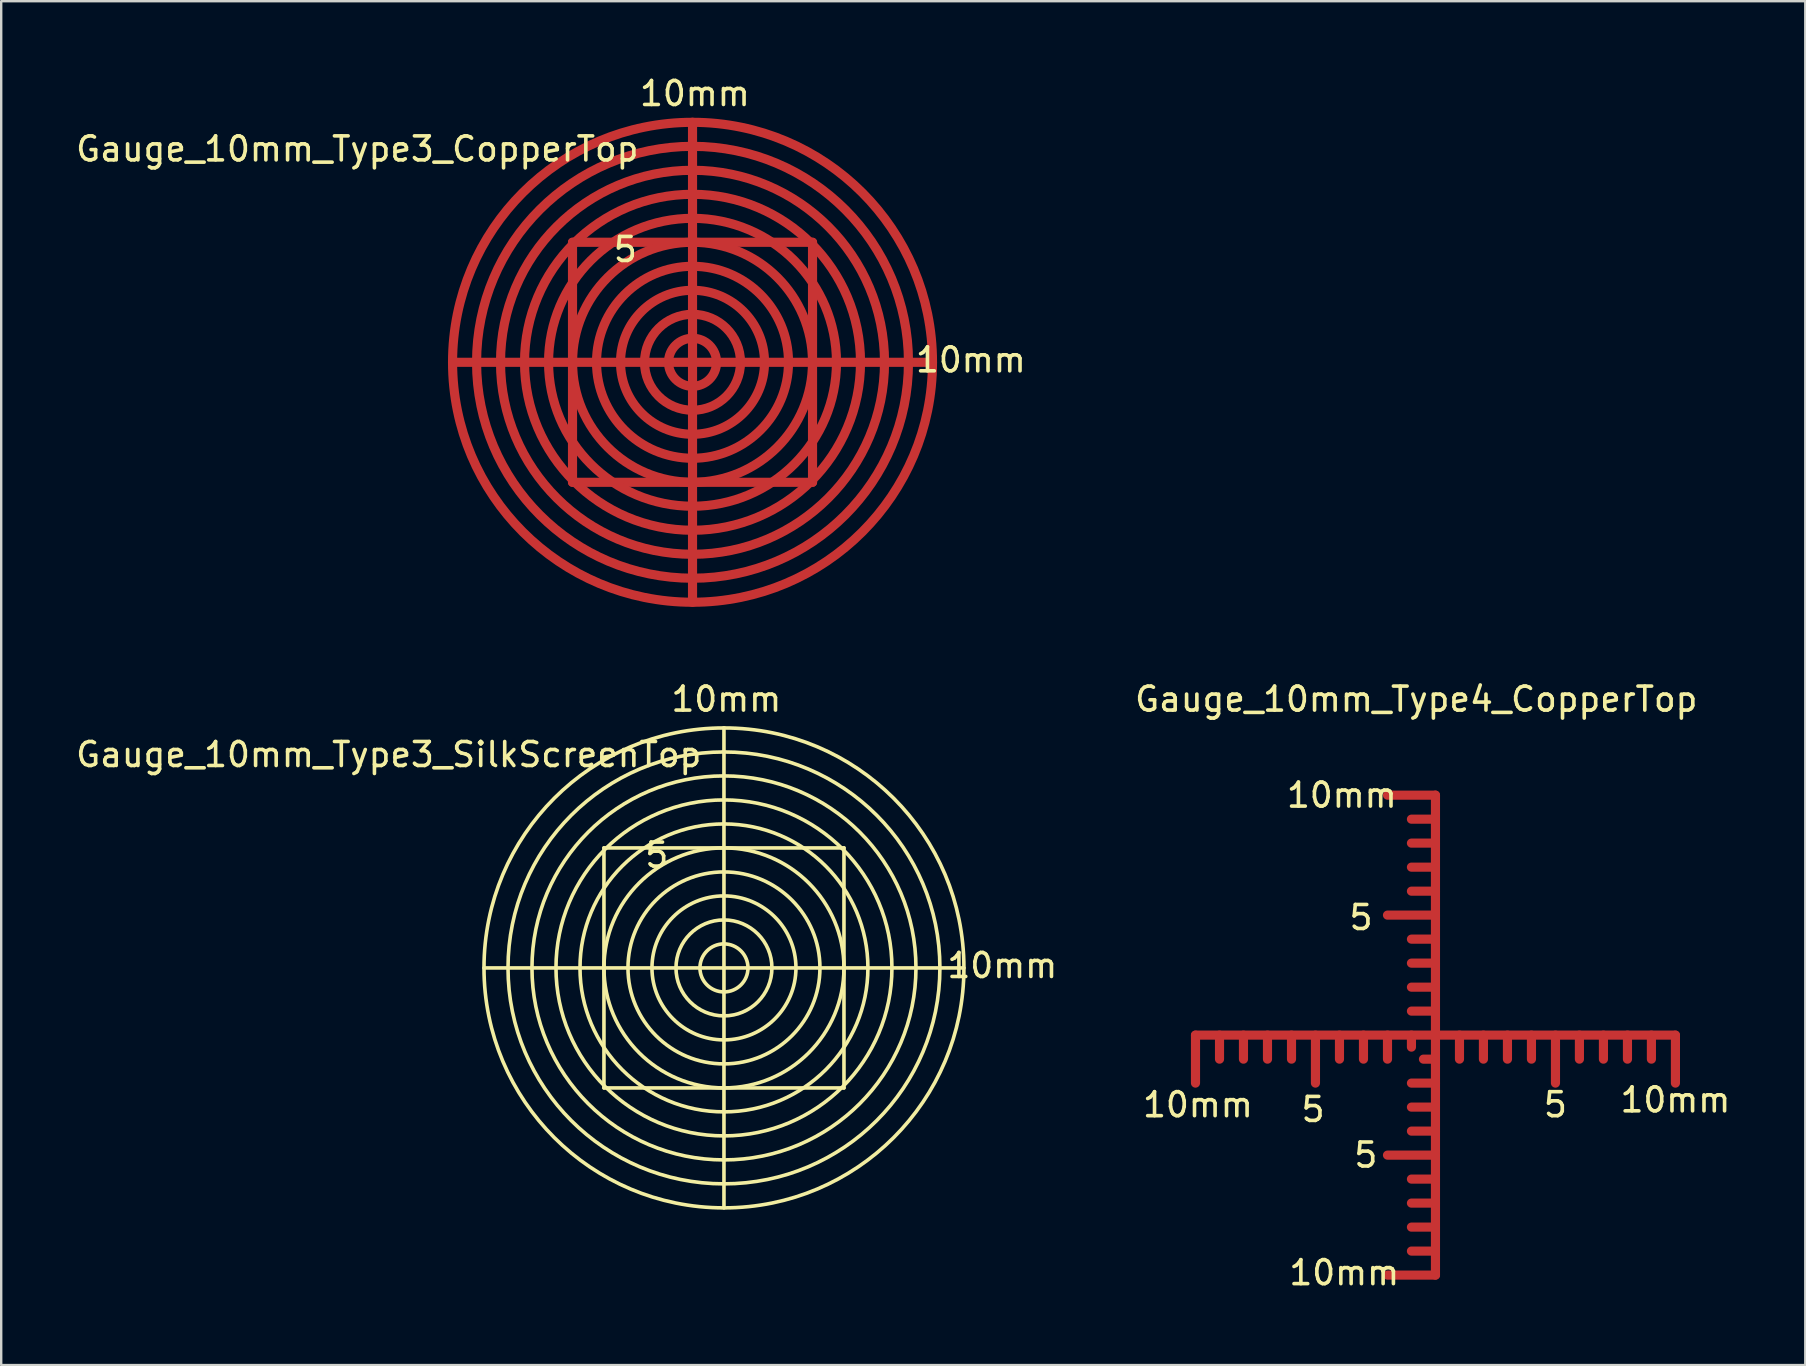
<source format=kicad_pcb>
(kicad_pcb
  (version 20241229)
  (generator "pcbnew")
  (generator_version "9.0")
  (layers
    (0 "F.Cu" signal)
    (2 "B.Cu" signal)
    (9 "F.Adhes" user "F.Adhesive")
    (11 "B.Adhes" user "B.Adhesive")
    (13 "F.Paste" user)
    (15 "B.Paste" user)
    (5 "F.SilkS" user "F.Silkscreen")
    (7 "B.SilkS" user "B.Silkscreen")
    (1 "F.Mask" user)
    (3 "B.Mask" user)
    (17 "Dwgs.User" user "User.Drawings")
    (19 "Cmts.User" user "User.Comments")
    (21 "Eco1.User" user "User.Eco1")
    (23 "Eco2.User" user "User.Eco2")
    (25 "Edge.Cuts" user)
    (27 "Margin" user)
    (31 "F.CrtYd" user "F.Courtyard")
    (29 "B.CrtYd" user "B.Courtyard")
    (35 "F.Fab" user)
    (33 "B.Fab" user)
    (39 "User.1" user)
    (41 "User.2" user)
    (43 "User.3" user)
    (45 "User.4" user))
  (footprint "Gauge_10mm_Type4_CopperTop"
    (layer "F.Cu")
    (at 56.769 40.086)
    (property "Reference" "Gauge_10mm_Type4_CopperTop" (at -0.8 -14 0) (layer "F.SilkS") (effects (font (size 1 1) (thickness 0.15))))
    (attr through_hole)
    (fp_line (start -10 0) (end -10 1.999) (stroke (width 0.381) (type solid)) (layer "F.Cu"))
    (fp_line (start -8.999 0) (end -8.999 1.001) (stroke (width 0.381) (type solid)) (layer "F.Cu"))
    (fp_line (start -8.001 0) (end -8.001 1.001) (stroke (width 0.381) (type solid)) (layer "F.Cu"))
    (fp_line (start -7 0) (end -7 1.001) (stroke (width 0.381) (type solid)) (layer "F.Cu"))
    (fp_line (start -5.999 0) (end -5.999 1.001) (stroke (width 0.381) (type solid)) (layer "F.Cu"))
    (fp_line (start -5.001 0) (end -5.001 1.999) (stroke (width 0.381) (type solid)) (layer "F.Cu"))
    (fp_line (start -4 0) (end -4 1.001) (stroke (width 0.381) (type solid)) (layer "F.Cu"))
    (fp_line (start -3 0) (end -3 1.001) (stroke (width 0.381) (type solid)) (layer "F.Cu"))
    (fp_line (start -1.999 0) (end -1.999 1.001) (stroke (width 0.381) (type solid)) (layer "F.Cu"))
    (fp_line (start -1.001 0) (end -1.001 0.5) (stroke (width 0.381) (type solid)) (layer "F.Cu"))
    (fp_line (start 0 -10) (end -1.999 -10) (stroke (width 0.381) (type solid)) (layer "F.Cu"))
    (fp_line (start 0 -8.999) (end -1.001 -8.999) (stroke (width 0.381) (type solid)) (layer "F.Cu"))
    (fp_line (start 0 -8.001) (end -1.001 -8.001) (stroke (width 0.381) (type solid)) (layer "F.Cu"))
    (fp_line (start 0 -7) (end -1.001 -7) (stroke (width 0.381) (type solid)) (layer "F.Cu"))
    (fp_line (start 0 -5.999) (end -1.001 -5.999) (stroke (width 0.381) (type solid)) (layer "F.Cu"))
    (fp_line (start 0 -5.001) (end -1.999 -5.001) (stroke (width 0.381) (type solid)) (layer "F.Cu"))
    (fp_line (start 0 -4) (end -1.001 -4) (stroke (width 0.381) (type solid)) (layer "F.Cu"))
    (fp_line (start 0 -3) (end -1.001 -3) (stroke (width 0.381) (type solid)) (layer "F.Cu"))
    (fp_line (start 0 -1.999) (end -1.001 -1.999) (stroke (width 0.381) (type solid)) (layer "F.Cu"))
    (fp_line (start 0 -1.001) (end -1.001 -1.001) (stroke (width 0.381) (type solid)) (layer "F.Cu"))
    (fp_line (start 0 0) (end -10 0) (stroke (width 0.381) (type solid)) (layer "F.Cu"))
    (fp_line (start 0 0) (end 0 -10) (stroke (width 0.381) (type solid)) (layer "F.Cu"))
    (fp_line (start 0 0) (end 0 1.999) (stroke (width 0.381) (type solid)) (layer "F.Cu"))
    (fp_line (start 0 0) (end 10 0) (stroke (width 0.381) (type solid)) (layer "F.Cu"))
    (fp_line (start 0 1.001) (end -0.5 1.001) (stroke (width 0.381) (type solid)) (layer "F.Cu"))
    (fp_line (start 0 1.999) (end -1.001 1.999) (stroke (width 0.381) (type solid)) (layer "F.Cu"))
    (fp_line (start 0 1.999) (end 0 10) (stroke (width 0.381) (type solid)) (layer "F.Cu"))
    (fp_line (start 0 3) (end -1.001 3) (stroke (width 0.381) (type solid)) (layer "F.Cu"))
    (fp_line (start 0 4) (end -1.001 4) (stroke (width 0.381) (type solid)) (layer "F.Cu"))
    (fp_line (start 0 5.001) (end -1.999 5.001) (stroke (width 0.381) (type solid)) (layer "F.Cu"))
    (fp_line (start 0 5.999) (end -1.001 5.999) (stroke (width 0.381) (type solid)) (layer "F.Cu"))
    (fp_line (start 0 7) (end -1.001 7) (stroke (width 0.381) (type solid)) (layer "F.Cu"))
    (fp_line (start 0 8.001) (end -1.001 8.001) (stroke (width 0.381) (type solid)) (layer "F.Cu"))
    (fp_line (start 0 8.999) (end -1.001 8.999) (stroke (width 0.381) (type solid)) (layer "F.Cu"))
    (fp_line (start 0 10) (end -1.999 10) (stroke (width 0.381) (type solid)) (layer "F.Cu"))
    (fp_line (start 1.001 0) (end 1.001 1.001) (stroke (width 0.381) (type solid)) (layer "F.Cu"))
    (fp_line (start 1.999 0) (end 1.999 1.001) (stroke (width 0.381) (type solid)) (layer "F.Cu"))
    (fp_line (start 3 0) (end 3 1.001) (stroke (width 0.381) (type solid)) (layer "F.Cu"))
    (fp_line (start 4 0) (end 4 1.001) (stroke (width 0.381) (type solid)) (layer "F.Cu"))
    (fp_line (start 5.001 0) (end 5.001 1.999) (stroke (width 0.381) (type solid)) (layer "F.Cu"))
    (fp_line (start 5.999 0) (end 5.999 1.001) (stroke (width 0.381) (type solid)) (layer "F.Cu"))
    (fp_line (start 7 0) (end 7 1.001) (stroke (width 0.381) (type solid)) (layer "F.Cu"))
    (fp_line (start 8.001 0) (end 8.001 1.001) (stroke (width 0.381) (type solid)) (layer "F.Cu"))
    (fp_line (start 8.999 0) (end 8.999 1.001) (stroke (width 0.381) (type solid)) (layer "F.Cu"))
    (fp_line (start 10 0) (end 10 1.999) (stroke (width 0.381) (type solid)) (layer "F.Cu"))
    (fp_text user "5" (at 4.999 2.901 0) (layer "F.SilkS") (effects (font (size 1 1) (thickness 0.15))))
    (fp_text user "10mm" (at -3.8 9.901 0) (layer "F.SilkS") (effects (font (size 1 1) (thickness 0.15))))
    (fp_text user "5" (at -2.901 4.999 0) (layer "F.SilkS") (effects (font (size 1 1) (thickness 0.15))))
    (fp_text user "5" (at -5.1 3.099 0) (layer "F.SilkS") (effects (font (size 1 1) (thickness 0.15))))
    (fp_text user "10mm" (at -9.898 2.901 0) (layer "F.SilkS") (effects (font (size 1 1) (thickness 0.15))))
    (fp_text user "10mm" (at -3.901 -10 0) (layer "F.SilkS") (effects (font (size 1 1) (thickness 0.15))))
    (fp_text user "10mm" (at 10 2.7 0) (layer "F.SilkS") (effects (font (size 1 1) (thickness 0.15))))
    (fp_text user "5" (at -3.101 -4.9 0) (layer "F.SilkS") (effects (font (size 1 1) (thickness 0.15)))))
  (footprint "Gauge_10mm_Type3_SilkScreenTop"
    (layer "F.Cu")
    (at 27.119 37.285)
    (property "Reference" "Gauge_10mm_Type3_SilkScreenTop" (at -13.97 -8.89 0) (layer "F.SilkS") (effects (font (size 1 1) (thickness 0.15))))
    (attr through_hole)
    (fp_line (start -5.001 -5.001) (end -5.001 0) (stroke (width 0.15) (type solid)) (layer "F.SilkS"))
    (fp_line (start -5.001 5.001) (end -5.001 0) (stroke (width 0.15) (type solid)) (layer "F.SilkS"))
    (fp_line (start -1.999 0) (end -10 0) (stroke (width 0.15) (type solid)) (layer "F.SilkS"))
    (fp_line (start 0 -5.001) (end -5.001 -5.001) (stroke (width 0.15) (type solid)) (layer "F.SilkS"))
    (fp_line (start 0 -5.001) (end 5.001 -5.001) (stroke (width 0.15) (type solid)) (layer "F.SilkS"))
    (fp_line (start 0 0) (end -1.999 0) (stroke (width 0.15) (type solid)) (layer "F.SilkS"))
    (fp_line (start 0 0) (end 0 -10) (stroke (width 0.15) (type solid)) (layer "F.SilkS"))
    (fp_line (start 0 0) (end 0 1.999) (stroke (width 0.15) (type solid)) (layer "F.SilkS"))
    (fp_line (start 0 0) (end 10 0) (stroke (width 0.15) (type solid)) (layer "F.SilkS"))
    (fp_line (start 0 1.999) (end 0 10) (stroke (width 0.15) (type solid)) (layer "F.SilkS"))
    (fp_line (start 0 5.001) (end -5.001 5.001) (stroke (width 0.15) (type solid)) (layer "F.SilkS"))
    (fp_line (start 5.001 -5.001) (end 5.001 0) (stroke (width 0.15) (type solid)) (layer "F.SilkS"))
    (fp_line (start 5.001 0) (end 5.001 5.001) (stroke (width 0.15) (type solid)) (layer "F.SilkS"))
    (fp_line (start 5.001 5.001) (end 0 5.001) (stroke (width 0.15) (type solid)) (layer "F.SilkS"))
    (fp_circle (center 0 0) (end 0 -8.999) (stroke (width 0.15) (type solid)) (fill no) (layer "F.SilkS"))
    (fp_circle (center 0 0) (end 0 -8.001) (stroke (width 0.15) (type solid)) (fill no) (layer "F.SilkS"))
    (fp_circle (center 0 0) (end 0 -7) (stroke (width 0.15) (type solid)) (fill no) (layer "F.SilkS"))
    (fp_circle (center 0 0) (end 0 -5.999) (stroke (width 0.15) (type solid)) (fill no) (layer "F.SilkS"))
    (fp_circle (center 0 0) (end 0 -4) (stroke (width 0.15) (type solid)) (fill no) (layer "F.SilkS"))
    (fp_circle (center 0 0) (end 0 -3) (stroke (width 0.15) (type solid)) (fill no) (layer "F.SilkS"))
    (fp_circle (center 0 0) (end 0 -1.999) (stroke (width 0.15) (type solid)) (fill no) (layer "F.SilkS"))
    (fp_circle (center 0 0) (end 0 -1.001) (stroke (width 0.15) (type solid)) (fill no) (layer "F.SilkS"))
    (fp_circle (center 0 0) (end 5.001 0) (stroke (width 0.15) (type solid)) (fill no) (layer "F.SilkS"))
    (fp_circle (center 0 0) (end 10 0) (stroke (width 0.15) (type solid)) (fill no) (layer "F.SilkS"))
    (fp_text user "10mm" (at 0.099 -11.199 0) (layer "F.SilkS") (effects (font (size 1 1) (thickness 0.15))))
    (fp_text user "5" (at -2.799 -4.699 0) (layer "F.SilkS") (effects (font (size 1 1) (thickness 0.15))))
    (fp_text user "10mm" (at 11.6 -0.099 0) (layer "F.SilkS") (effects (font (size 1 1) (thickness 0.15)))))
  (footprint "Gauge_10mm_Type3_CopperTop"
    (layer "F.Cu")
    (at 25.809 12.047)
    (property "Reference" "Gauge_10mm_Type3_CopperTop" (at -13.97 -8.89 0) (layer "F.SilkS") (effects (font (size 1 1) (thickness 0.15))))
    (attr through_hole)
    (fp_line (start -5.001 -5.001) (end -5.001 0) (stroke (width 0.381) (type solid)) (layer "F.Cu"))
    (fp_line (start -5.001 5.001) (end -5.001 0) (stroke (width 0.381) (type solid)) (layer "F.Cu"))
    (fp_line (start -1.999 0) (end -10 0) (stroke (width 0.381) (type solid)) (layer "F.Cu"))
    (fp_line (start 0 -5.001) (end -5.001 -5.001) (stroke (width 0.381) (type solid)) (layer "F.Cu"))
    (fp_line (start 0 -5.001) (end 5.001 -5.001) (stroke (width 0.381) (type solid)) (layer "F.Cu"))
    (fp_line (start 0 0) (end -1.999 0) (stroke (width 0.381) (type solid)) (layer "F.Cu"))
    (fp_line (start 0 0) (end 0 -10) (stroke (width 0.381) (type solid)) (layer "F.Cu"))
    (fp_line (start 0 0) (end 0 1.999) (stroke (width 0.381) (type solid)) (layer "F.Cu"))
    (fp_line (start 0 0) (end 10 0) (stroke (width 0.381) (type solid)) (layer "F.Cu"))
    (fp_line (start 0 1.999) (end 0 10) (stroke (width 0.381) (type solid)) (layer "F.Cu"))
    (fp_line (start 0 5.001) (end -5.001 5.001) (stroke (width 0.381) (type solid)) (layer "F.Cu"))
    (fp_line (start 5.001 -5.001) (end 5.001 0) (stroke (width 0.381) (type solid)) (layer "F.Cu"))
    (fp_line (start 5.001 0) (end 5.001 5.001) (stroke (width 0.381) (type solid)) (layer "F.Cu"))
    (fp_line (start 5.001 5.001) (end 0 5.001) (stroke (width 0.381) (type solid)) (layer "F.Cu"))
    (fp_circle (center 0 0) (end 0 -8.999) (stroke (width 0.381) (type solid)) (fill no) (layer "F.Cu"))
    (fp_circle (center 0 0) (end 0 -8.001) (stroke (width 0.381) (type solid)) (fill no) (layer "F.Cu"))
    (fp_circle (center 0 0) (end 0 -7) (stroke (width 0.381) (type solid)) (fill no) (layer "F.Cu"))
    (fp_circle (center 0 0) (end 0 -5.999) (stroke (width 0.381) (type solid)) (fill no) (layer "F.Cu"))
    (fp_circle (center 0 0) (end 0 -4) (stroke (width 0.381) (type solid)) (fill no) (layer "F.Cu"))
    (fp_circle (center 0 0) (end 0 -3) (stroke (width 0.381) (type solid)) (fill no) (layer "F.Cu"))
    (fp_circle (center 0 0) (end 0 -1.999) (stroke (width 0.381) (type solid)) (fill no) (layer "F.Cu"))
    (fp_circle (center 0 0) (end 0 -1.001) (stroke (width 0.381) (type solid)) (fill no) (layer "F.Cu"))
    (fp_circle (center 0 0) (end 5.001 0) (stroke (width 0.381) (type solid)) (fill no) (layer "F.Cu"))
    (fp_circle (center 0 0) (end 10 0) (stroke (width 0.381) (type solid)) (fill no) (layer "F.Cu"))
    (fp_text user "5" (at -2.799 -4.699 0) (layer "F.SilkS") (effects (font (size 1 1) (thickness 0.15))))
    (fp_text user "10mm" (at 0.099 -11.199 0) (layer "F.SilkS") (effects (font (size 1 1) (thickness 0.15))))
    (fp_text user "10mm" (at 11.6 -0.099 0) (layer "F.SilkS") (effects (font (size 1 1) (thickness 0.15)))))
  (gr_rect
    (start -3 -3)
    (end 72.18 53.835)
    (stroke (width 0.1) (type default))
    (fill no)
    (layer "Edge.Cuts")))
</source>
